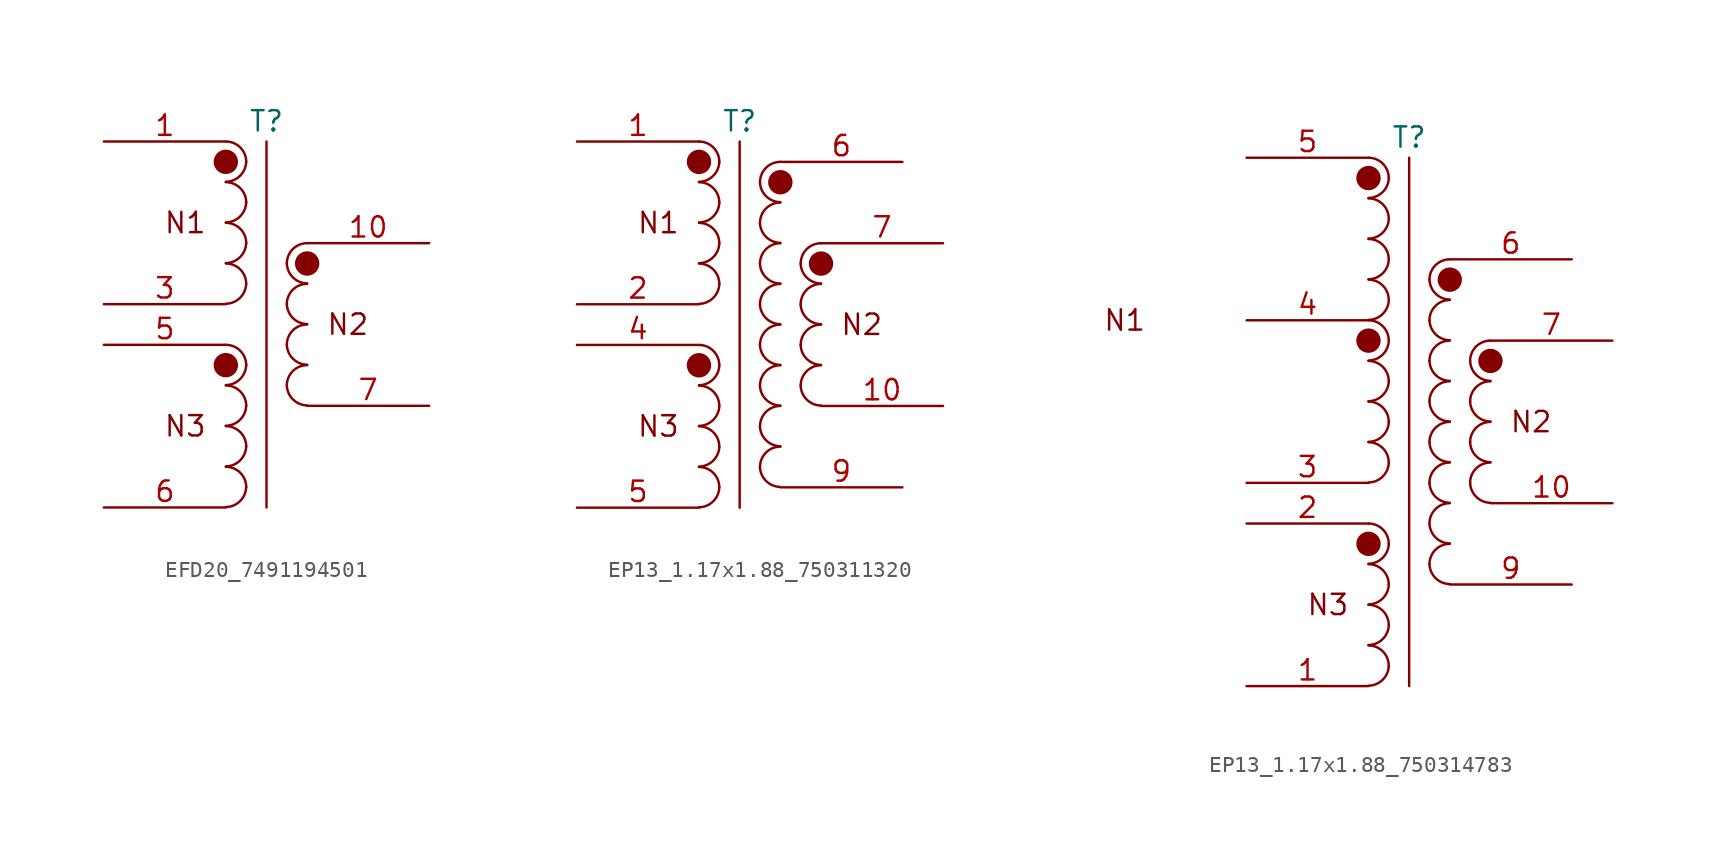
<source format=kicad_sym>
(kicad_symbol_lib
  (version 20220914)
  (generator kicad_symbol_editor)
  (symbol "EFD20_7491194501"
    (pin_names hide)
    (property "Reference" "T"
      (at 0 12.7 0)
      (effects (font (size 1.27 1.27))))
    (property "Critical Parameter" ""
      (at 0 -5.08 0)
      (effects (font (size 1.27 1.27)) (justify left)))
    (symbol "EFD20_7491194501_0_1"
      (arc (start -2.54 -11.4046) (mid -1.6561 -11.0363) (end -1.27 -10.16) (stroke (width 0) (type default)) (fill (type none)))
      (arc (start -2.54 -8.8646) (mid -1.6561 -8.4963) (end -1.27 -7.62) (stroke (width 0) (type default)) (fill (type none)))
      (arc (start -2.54 -6.3246) (mid -1.6561 -5.9563) (end -1.27 -5.08) (stroke (width 0) (type default)) (fill (type none)))
      (arc (start -2.54 -3.7846) (mid -1.6561 -3.4163) (end -1.27 -2.54) (stroke (width 0) (type default)) (fill (type none)))
      (arc (start -2.54 1.2954) (mid -1.6561 1.6637) (end -1.27 2.54) (stroke (width 0) (type default)) (fill (type none)))
      (arc (start -2.54 3.8354) (mid -1.6561 4.2037) (end -1.27 5.08) (stroke (width 0) (type default)) (fill (type none)))
      (arc (start -2.54 6.3754) (mid -1.6561 6.7437) (end -1.27 7.62) (stroke (width 0) (type default)) (fill (type none)))
      (arc (start -2.54 8.9154) (mid -1.6561 9.2837) (end -1.27 10.16) (stroke (width 0) (type default)) (fill (type none)))
      (arc (start -1.27 -10.16) (mid -1.642 -9.262) (end -2.54 -8.89) (stroke (width 0) (type default)) (fill (type none)))
      (arc (start -1.27 -7.62) (mid -1.642 -6.722) (end -2.54 -6.35) (stroke (width 0) (type default)) (fill (type none)))
      (arc (start -1.27 -5.08) (mid -1.642 -4.182) (end -2.54 -3.81) (stroke (width 0) (type default)) (fill (type none)))
      (arc (start -1.27 -2.54) (mid -1.642 -1.642) (end -2.54 -1.27) (stroke (width 0) (type default)) (fill (type none)))
      (arc (start -1.27 2.54) (mid -1.642 3.438) (end -2.54 3.81) (stroke (width 0) (type default)) (fill (type none)))
      (arc (start -1.27 5.08) (mid -1.642 5.978) (end -2.54 6.35) (stroke (width 0) (type default)) (fill (type none)))
      (arc (start -1.27 7.62) (mid -1.642 8.518) (end -2.54 8.89) (stroke (width 0) (type default)) (fill (type none)))
      (arc (start -1.27 10.16) (mid -1.642 11.058) (end -2.54 11.43) (stroke (width 0) (type default)) (fill (type none)))
      (polyline (pts (xy 0 -11.43) (xy 0 11.43)) (stroke (width 0) (type default)) (fill (type none)))
      (arc (start 1.27 -3.81) (mid 1.6561 -4.6863) (end 2.54 -5.0546) (stroke (width 0) (type default)) (fill (type none)))
      (arc (start 1.27 -1.27) (mid 1.6561 -2.1463) (end 2.54 -2.5146) (stroke (width 0) (type default)) (fill (type none)))
      (arc (start 1.27 1.27) (mid 1.6561 0.3937) (end 2.54 0.0254) (stroke (width 0) (type default)) (fill (type none)))
      (arc (start 1.27 3.81) (mid 1.6561 2.9337) (end 2.54 2.5654) (stroke (width 0) (type default)) (fill (type none)))
      (arc (start 2.54 -2.54) (mid 1.642 -2.912) (end 1.27 -3.81) (stroke (width 0) (type default)) (fill (type none)))
      (arc (start 2.54 0) (mid 1.642 -0.372) (end 1.27 -1.27) (stroke (width 0) (type default)) (fill (type none)))
      (arc (start 2.54 2.54) (mid 1.642 2.168) (end 1.27 1.27) (stroke (width 0) (type default)) (fill (type none)))
      (arc (start 2.54 5.08) (mid 1.642 4.708) (end 1.27 3.81) (stroke (width 0) (type default)) (fill (type none))))
    (symbol "EFD20_7491194501_1_1"
      (circle (center -2.54 -2.54) (radius 0.0001) (stroke (width 0.762) (type default)) (fill (type none)))
      (circle (center -2.54 10.16) (radius 0.0001) (stroke (width 0.762) (type default)) (fill (type none)))
      (circle (center 2.54 3.81) (radius 0.0001) (stroke (width 0.762) (type default)) (fill (type none)))
      (text "N1" (at -5.08 6.35 0) (effects (font (size 1.27 1.27))))
      (text "N2" (at 5.08 0 0) (effects (font (size 1.27 1.27))))
      (text "N3" (at -5.08 -6.35 0) (effects (font (size 1.27 1.27))))
      (pin passive line (at -10.16 11.43 0) (length 7.62) (name "1" (effects (font (size 1.27 1.27)))) (number "1" (effects (font (size 1.27 1.27)))))
      (pin passive line (at 10.16 5.08 180) (length 7.62) (name "10" (effects (font (size 1.27 1.27)))) (number "10" (effects (font (size 1.27 1.27)))))
      (pin passive line (at 10.16 5.08 180) (length 7.62) hide (name "11" (effects (font (size 1.27 1.27)))) (number "11" (effects (font (size 1.27 1.27)))))
      (pin passive line (at 10.16 5.08 180) (length 7.62) hide (name "12" (effects (font (size 1.27 1.27)))) (number "12" (effects (font (size 1.27 1.27)))))
      (pin passive line (at -10.16 11.43 0) (length 7.62) hide (name "2" (effects (font (size 1.27 1.27)))) (number "2" (effects (font (size 1.27 1.27)))))
      (pin passive line (at -10.16 1.27 0) (length 7.62) (name "3" (effects (font (size 1.27 1.27)))) (number "3" (effects (font (size 1.27 1.27)))))
      (pin passive line (at -10.16 1.27 0) (length 7.62) hide (name "4" (effects (font (size 1.27 1.27)))) (number "4" (effects (font (size 1.27 1.27)))))
      (pin passive line (at -10.16 -1.27 0) (length 7.62) (name "5" (effects (font (size 1.27 1.27)))) (number "5" (effects (font (size 1.27 1.27)))))
      (pin passive line (at -10.16 -11.43 0) (length 7.62) (name "6" (effects (font (size 1.27 1.27)))) (number "6" (effects (font (size 1.27 1.27)))))
      (pin passive line (at 10.16 -5.08 180) (length 7.62) (name "7" (effects (font (size 1.27 1.27)))) (number "7" (effects (font (size 1.27 1.27)))))
      (pin passive line (at 10.16 -5.08 180) (length 7.62) hide (name "8" (effects (font (size 1.27 1.27)))) (number "8" (effects (font (size 1.27 1.27)))))
      (pin passive line (at 10.16 -5.08 180) (length 7.62) hide (name "9" (effects (font (size 1.27 1.27)))) (number "9" (effects (font (size 1.27 1.27)))))))
  (symbol "EP13_1.17x1.88_750311320"
    (pin_names hide)
    (property "Reference" "T"
      (at 0 12.7 0)
      (effects (font (size 1.27 1.27))))
    (property "Critical Parameter" ""
      (at 0 -5.08 0)
      (effects (font (size 1.27 1.27)) (justify left)))
    (symbol "EP13_1.17x1.88_750311320_0_1"
      (arc (start -2.54 -11.4046) (mid -1.6561 -11.0363) (end -1.27 -10.16) (stroke (width 0) (type default)) (fill (type none)))
      (arc (start -2.54 -8.8646) (mid -1.6561 -8.4963) (end -1.27 -7.62) (stroke (width 0) (type default)) (fill (type none)))
      (arc (start -2.54 -6.3246) (mid -1.6561 -5.9563) (end -1.27 -5.08) (stroke (width 0) (type default)) (fill (type none)))
      (arc (start -2.54 -3.7846) (mid -1.6561 -3.4163) (end -1.27 -2.54) (stroke (width 0) (type default)) (fill (type none)))
      (arc (start -2.54 1.2954) (mid -1.6561 1.6637) (end -1.27 2.54) (stroke (width 0) (type default)) (fill (type none)))
      (arc (start -2.54 3.8354) (mid -1.6561 4.2037) (end -1.27 5.08) (stroke (width 0) (type default)) (fill (type none)))
      (arc (start -2.54 6.3754) (mid -1.6561 6.7437) (end -1.27 7.62) (stroke (width 0) (type default)) (fill (type none)))
      (arc (start -2.54 8.9154) (mid -1.6561 9.2837) (end -1.27 10.16) (stroke (width 0) (type default)) (fill (type none)))
      (arc (start -1.27 -10.16) (mid -1.642 -9.262) (end -2.54 -8.89) (stroke (width 0) (type default)) (fill (type none)))
      (arc (start -1.27 -7.62) (mid -1.642 -6.722) (end -2.54 -6.35) (stroke (width 0) (type default)) (fill (type none)))
      (arc (start -1.27 -5.08) (mid -1.642 -4.182) (end -2.54 -3.81) (stroke (width 0) (type default)) (fill (type none)))
      (arc (start -1.27 -2.54) (mid -1.642 -1.642) (end -2.54 -1.27) (stroke (width 0) (type default)) (fill (type none)))
      (arc (start -1.27 2.54) (mid -1.642 3.438) (end -2.54 3.81) (stroke (width 0) (type default)) (fill (type none)))
      (arc (start -1.27 5.08) (mid -1.642 5.978) (end -2.54 6.35) (stroke (width 0) (type default)) (fill (type none)))
      (arc (start -1.27 7.62) (mid -1.642 8.518) (end -2.54 8.89) (stroke (width 0) (type default)) (fill (type none)))
      (arc (start -1.27 10.16) (mid -1.642 11.058) (end -2.54 11.43) (stroke (width 0) (type default)) (fill (type none)))
      (polyline (pts (xy 0 -11.43) (xy 0 11.43)) (stroke (width 0) (type default)) (fill (type none)))
      (arc (start 1.27 -8.89) (mid 1.656 -9.7664) (end 2.54 -10.1346) (stroke (width 0) (type default)) (fill (type none)))
      (arc (start 1.27 -6.35) (mid 1.656 -7.2264) (end 2.54 -7.5946) (stroke (width 0) (type default)) (fill (type none)))
      (arc (start 1.27 -3.81) (mid 1.656 -4.6864) (end 2.54 -5.0546) (stroke (width 0) (type default)) (fill (type none)))
      (arc (start 1.27 -1.27) (mid 1.656 -2.1464) (end 2.54 -2.5146) (stroke (width 0) (type default)) (fill (type none)))
      (arc (start 1.27 1.27) (mid 1.656 0.3936) (end 2.54 0.0254) (stroke (width 0) (type default)) (fill (type none)))
      (arc (start 1.27 3.81) (mid 1.656 2.9336) (end 2.54 2.5654) (stroke (width 0) (type default)) (fill (type none)))
      (arc (start 1.27 6.35) (mid 1.656 5.4736) (end 2.54 5.1054) (stroke (width 0) (type default)) (fill (type none)))
      (arc (start 1.27 8.89) (mid 1.656 8.0136) (end 2.54 7.6454) (stroke (width 0) (type default)) (fill (type none)))
      (arc (start 2.54 -7.62) (mid 1.642 -7.992) (end 1.27 -8.89) (stroke (width 0) (type default)) (fill (type none)))
      (arc (start 2.54 -5.08) (mid 1.642 -5.452) (end 1.27 -6.35) (stroke (width 0) (type default)) (fill (type none)))
      (arc (start 2.54 -2.54) (mid 1.642 -2.912) (end 1.27 -3.81) (stroke (width 0) (type default)) (fill (type none)))
      (arc (start 2.54 0) (mid 1.642 -0.372) (end 1.27 -1.27) (stroke (width 0) (type default)) (fill (type none)))
      (arc (start 2.54 2.54) (mid 1.642 2.168) (end 1.27 1.27) (stroke (width 0) (type default)) (fill (type none)))
      (arc (start 2.54 5.08) (mid 1.642 4.708) (end 1.27 3.81) (stroke (width 0) (type default)) (fill (type none)))
      (arc (start 2.54 7.62) (mid 1.642 7.248) (end 1.27 6.35) (stroke (width 0) (type default)) (fill (type none)))
      (arc (start 2.54 10.16) (mid 1.642 9.788) (end 1.27 8.89) (stroke (width 0) (type default)) (fill (type none)))
      (arc (start 3.81 -3.81) (mid 4.1961 -4.6863) (end 5.08 -5.0546) (stroke (width 0) (type default)) (fill (type none)))
      (arc (start 3.81 -1.27) (mid 4.1961 -2.1463) (end 5.08 -2.5146) (stroke (width 0) (type default)) (fill (type none)))
      (arc (start 3.81 1.27) (mid 4.1961 0.3937) (end 5.08 0.0254) (stroke (width 0) (type default)) (fill (type none)))
      (arc (start 3.81 3.81) (mid 4.1961 2.9337) (end 5.08 2.5654) (stroke (width 0) (type default)) (fill (type none)))
      (arc (start 5.08 -2.54) (mid 4.182 -2.912) (end 3.81 -3.81) (stroke (width 0) (type default)) (fill (type none)))
      (arc (start 5.08 0) (mid 4.182 -0.372) (end 3.81 -1.27) (stroke (width 0) (type default)) (fill (type none)))
      (arc (start 5.08 2.54) (mid 4.182 2.168) (end 3.81 1.27) (stroke (width 0) (type default)) (fill (type none)))
      (arc (start 5.08 5.08) (mid 4.182 4.708) (end 3.81 3.81) (stroke (width 0) (type default)) (fill (type none))))
    (symbol "EP13_1.17x1.88_750311320_1_1"
      (circle (center -2.54 -2.54) (radius 0.0001) (stroke (width 0.762) (type default)) (fill (type none)))
      (circle (center -2.54 10.16) (radius 0.0001) (stroke (width 0.762) (type default)) (fill (type none)))
      (circle (center 2.54 8.89) (radius 0.0001) (stroke (width 0.762) (type default)) (fill (type none)))
      (circle (center 5.08 3.81) (radius 0.0001) (stroke (width 0.762) (type default)) (fill (type none)))
      (text "N1" (at -5.08 6.35 0) (effects (font (size 1.27 1.27))))
      (text "N2" (at 7.62 0 0) (effects (font (size 1.27 1.27))))
      (text "N3" (at -5.08 -6.35 0) (effects (font (size 1.27 1.27))))
      (pin passive line (at -10.16 11.43 0) (length 7.62) (name "1" (effects (font (size 1.27 1.27)))) (number "1" (effects (font (size 1.27 1.27)))))
      (pin passive line (at 12.7 -5.08 180) (length 7.62) (name "10" (effects (font (size 1.27 1.27)))) (number "10" (effects (font (size 1.27 1.27)))))
      (pin passive line (at -10.16 1.27 0) (length 7.62) (name "2" (effects (font (size 1.27 1.27)))) (number "2" (effects (font (size 1.27 1.27)))))
      (pin passive line (at -10.16 -1.27 0) (length 7.62) (name "4" (effects (font (size 1.27 1.27)))) (number "4" (effects (font (size 1.27 1.27)))))
      (pin passive line (at -10.16 -11.43 0) (length 7.62) (name "5" (effects (font (size 1.27 1.27)))) (number "5" (effects (font (size 1.27 1.27)))))
      (pin passive line (at 10.16 10.16 180) (length 7.62) (name "6" (effects (font (size 1.27 1.27)))) (number "6" (effects (font (size 1.27 1.27)))))
      (pin passive line (at 12.7 5.08 180) (length 7.62) (name "7" (effects (font (size 1.27 1.27)))) (number "7" (effects (font (size 1.27 1.27)))))
      (pin passive line (at 10.16 -10.16 180) (length 7.62) (name "9" (effects (font (size 1.27 1.27)))) (number "9" (effects (font (size 1.27 1.27)))))))
  (symbol "EP13_1.17x1.88_750314783"
    (pin_names hide)
    (property "Reference" "T"
      (at 0 17.78 0)
      (effects (font (size 1.27 1.27))))
    (property "Critical Parameter" ""
      (at 0 -5.08 0)
      (effects (font (size 1.27 1.27)) (justify left)))
    (symbol "EP13_1.17x1.88_750314783_0_1"
      (arc (start -2.54 -16.4846) (mid -1.6561 -16.1163) (end -1.27 -15.24) (stroke (width 0) (type default)) (fill (type none)))
      (arc (start -2.54 -13.9446) (mid -1.6561 -13.5763) (end -1.27 -12.7) (stroke (width 0) (type default)) (fill (type none)))
      (arc (start -2.54 -11.4046) (mid -1.6561 -11.0363) (end -1.27 -10.16) (stroke (width 0) (type default)) (fill (type none)))
      (arc (start -2.54 -8.8646) (mid -1.6561 -8.4963) (end -1.27 -7.62) (stroke (width 0) (type default)) (fill (type none)))
      (arc (start -2.54 -3.7846) (mid -1.6561 -3.4163) (end -1.27 -2.54) (stroke (width 0) (type default)) (fill (type none)))
      (arc (start -2.54 -1.2446) (mid -1.6561 -0.8763) (end -1.27 0) (stroke (width 0) (type default)) (fill (type none)))
      (arc (start -2.54 1.2954) (mid -1.6561 1.6637) (end -1.27 2.54) (stroke (width 0) (type default)) (fill (type none)))
      (arc (start -2.54 3.8354) (mid -1.6561 4.2037) (end -1.27 5.08) (stroke (width 0) (type default)) (fill (type none)))
      (arc (start -2.54 6.3754) (mid -1.6561 6.7437) (end -1.27 7.62) (stroke (width 0) (type default)) (fill (type none)))
      (arc (start -2.54 8.9154) (mid -1.6561 9.2837) (end -1.27 10.16) (stroke (width 0) (type default)) (fill (type none)))
      (arc (start -2.54 11.4554) (mid -1.6561 11.8237) (end -1.27 12.7) (stroke (width 0) (type default)) (fill (type none)))
      (arc (start -2.54 13.9954) (mid -1.6561 14.3637) (end -1.27 15.24) (stroke (width 0) (type default)) (fill (type none)))
      (arc (start -1.27 -15.24) (mid -1.642 -14.342) (end -2.54 -13.97) (stroke (width 0) (type default)) (fill (type none)))
      (arc (start -1.27 -12.7) (mid -1.642 -11.802) (end -2.54 -11.43) (stroke (width 0) (type default)) (fill (type none)))
      (arc (start -1.27 -10.16) (mid -1.642 -9.262) (end -2.54 -8.89) (stroke (width 0) (type default)) (fill (type none)))
      (arc (start -1.27 -7.62) (mid -1.642 -6.722) (end -2.54 -6.35) (stroke (width 0) (type default)) (fill (type none)))
      (arc (start -1.27 -2.54) (mid -1.642 -1.642) (end -2.54 -1.27) (stroke (width 0) (type default)) (fill (type none)))
      (arc (start -1.27 0) (mid -1.642 0.898) (end -2.54 1.27) (stroke (width 0) (type default)) (fill (type none)))
      (arc (start -1.27 2.54) (mid -1.642 3.438) (end -2.54 3.81) (stroke (width 0) (type default)) (fill (type none)))
      (arc (start -1.27 5.08) (mid -1.642 5.978) (end -2.54 6.35) (stroke (width 0) (type default)) (fill (type none)))
      (arc (start -1.27 7.62) (mid -1.642 8.518) (end -2.54 8.89) (stroke (width 0) (type default)) (fill (type none)))
      (arc (start -1.27 10.16) (mid -1.642 11.058) (end -2.54 11.43) (stroke (width 0) (type default)) (fill (type none)))
      (arc (start -1.27 12.7) (mid -1.642 13.598) (end -2.54 13.97) (stroke (width 0) (type default)) (fill (type none)))
      (arc (start -1.27 15.24) (mid -1.642 16.138) (end -2.54 16.51) (stroke (width 0) (type default)) (fill (type none)))
      (polyline (pts (xy 0 -16.51) (xy 0 16.51)) (stroke (width 0) (type default)) (fill (type none)))
      (arc (start 1.27 -8.89) (mid 1.656 -9.7664) (end 2.54 -10.1346) (stroke (width 0) (type default)) (fill (type none)))
      (arc (start 1.27 -6.35) (mid 1.656 -7.2264) (end 2.54 -7.5946) (stroke (width 0) (type default)) (fill (type none)))
      (arc (start 1.27 -3.81) (mid 1.656 -4.6864) (end 2.54 -5.0546) (stroke (width 0) (type default)) (fill (type none)))
      (arc (start 1.27 -1.27) (mid 1.656 -2.1464) (end 2.54 -2.5146) (stroke (width 0) (type default)) (fill (type none)))
      (arc (start 1.27 1.27) (mid 1.656 0.3936) (end 2.54 0.0254) (stroke (width 0) (type default)) (fill (type none)))
      (arc (start 1.27 3.81) (mid 1.656 2.9336) (end 2.54 2.5654) (stroke (width 0) (type default)) (fill (type none)))
      (arc (start 1.27 6.35) (mid 1.656 5.4736) (end 2.54 5.1054) (stroke (width 0) (type default)) (fill (type none)))
      (arc (start 1.27 8.89) (mid 1.656 8.0136) (end 2.54 7.6454) (stroke (width 0) (type default)) (fill (type none)))
      (arc (start 2.54 -7.62) (mid 1.642 -7.992) (end 1.27 -8.89) (stroke (width 0) (type default)) (fill (type none)))
      (arc (start 2.54 -5.08) (mid 1.642 -5.452) (end 1.27 -6.35) (stroke (width 0) (type default)) (fill (type none)))
      (arc (start 2.54 -2.54) (mid 1.642 -2.912) (end 1.27 -3.81) (stroke (width 0) (type default)) (fill (type none)))
      (arc (start 2.54 0) (mid 1.642 -0.372) (end 1.27 -1.27) (stroke (width 0) (type default)) (fill (type none)))
      (arc (start 2.54 2.54) (mid 1.642 2.168) (end 1.27 1.27) (stroke (width 0) (type default)) (fill (type none)))
      (arc (start 2.54 5.08) (mid 1.642 4.708) (end 1.27 3.81) (stroke (width 0) (type default)) (fill (type none)))
      (arc (start 2.54 7.62) (mid 1.642 7.248) (end 1.27 6.35) (stroke (width 0) (type default)) (fill (type none)))
      (arc (start 2.54 10.16) (mid 1.642 9.788) (end 1.27 8.89) (stroke (width 0) (type default)) (fill (type none)))
      (arc (start 3.81 -3.81) (mid 4.1961 -4.6863) (end 5.08 -5.0546) (stroke (width 0) (type default)) (fill (type none)))
      (arc (start 3.81 -1.27) (mid 4.1961 -2.1463) (end 5.08 -2.5146) (stroke (width 0) (type default)) (fill (type none)))
      (arc (start 3.81 1.27) (mid 4.1961 0.3937) (end 5.08 0.0254) (stroke (width 0) (type default)) (fill (type none)))
      (arc (start 3.81 3.81) (mid 4.1961 2.9337) (end 5.08 2.5654) (stroke (width 0) (type default)) (fill (type none)))
      (arc (start 5.08 -2.54) (mid 4.182 -2.912) (end 3.81 -3.81) (stroke (width 0) (type default)) (fill (type none)))
      (arc (start 5.08 0) (mid 4.182 -0.372) (end 3.81 -1.27) (stroke (width 0) (type default)) (fill (type none)))
      (arc (start 5.08 2.54) (mid 4.182 2.168) (end 3.81 1.27) (stroke (width 0) (type default)) (fill (type none)))
      (arc (start 5.08 5.08) (mid 4.182 4.708) (end 3.81 3.81) (stroke (width 0) (type default)) (fill (type none))))
    (symbol "EP13_1.17x1.88_750314783_1_1"
      (circle (center -2.54 -7.62) (radius 0.0001) (stroke (width 0.762) (type default)) (fill (type none)))
      (circle (center -2.54 5.08) (radius 0.0001) (stroke (width 0.762) (type default)) (fill (type none)))
      (circle (center -2.54 15.24) (radius 0.0001) (stroke (width 0.762) (type default)) (fill (type none)))
      (circle (center 2.54 8.89) (radius 0.0001) (stroke (width 0.762) (type default)) (fill (type none)))
      (circle (center 5.08 3.81) (radius 0.0001) (stroke (width 0.762) (type default)) (fill (type none)))
      (text "N1" (at -17.78 6.35 0) (effects (font (size 1.27 1.27))))
      (text "N2" (at 7.62 0 0) (effects (font (size 1.27 1.27))))
      (text "N3" (at -5.08 -11.43 0) (effects (font (size 1.27 1.27))))
      (pin passive line (at -10.16 -16.51 0) (length 7.62) (name "1" (effects (font (size 1.27 1.27)))) (number "1" (effects (font (size 1.27 1.27)))))
      (pin passive line (at 12.7 -5.08 180) (length 7.62) (name "10" (effects (font (size 1.27 1.27)))) (number "10" (effects (font (size 1.27 1.27)))))
      (pin passive line (at -10.16 -6.35 0) (length 7.62) (name "2" (effects (font (size 1.27 1.27)))) (number "2" (effects (font (size 1.27 1.27)))))
      (pin passive line (at -10.16 -3.81 0) (length 7.62) (name "3" (effects (font (size 1.27 1.27)))) (number "3" (effects (font (size 1.27 1.27)))))
      (pin passive line (at -10.16 6.35 0) (length 7.62) (name "4" (effects (font (size 1.27 1.27)))) (number "4" (effects (font (size 1.27 1.27)))))
      (pin passive line (at -10.16 16.51 0) (length 7.62) (name "5" (effects (font (size 1.27 1.27)))) (number "5" (effects (font (size 1.27 1.27)))))
      (pin passive line (at 10.16 10.16 180) (length 7.62) (name "6" (effects (font (size 1.27 1.27)))) (number "6" (effects (font (size 1.27 1.27)))))
      (pin passive line (at 12.7 5.08 180) (length 7.62) (name "7" (effects (font (size 1.27 1.27)))) (number "7" (effects (font (size 1.27 1.27)))))
      (pin passive line (at 10.16 -10.16 180) (length 7.62) (name "9" (effects (font (size 1.27 1.27)))) (number "9" (effects (font (size 1.27 1.27))))))))
</source>
